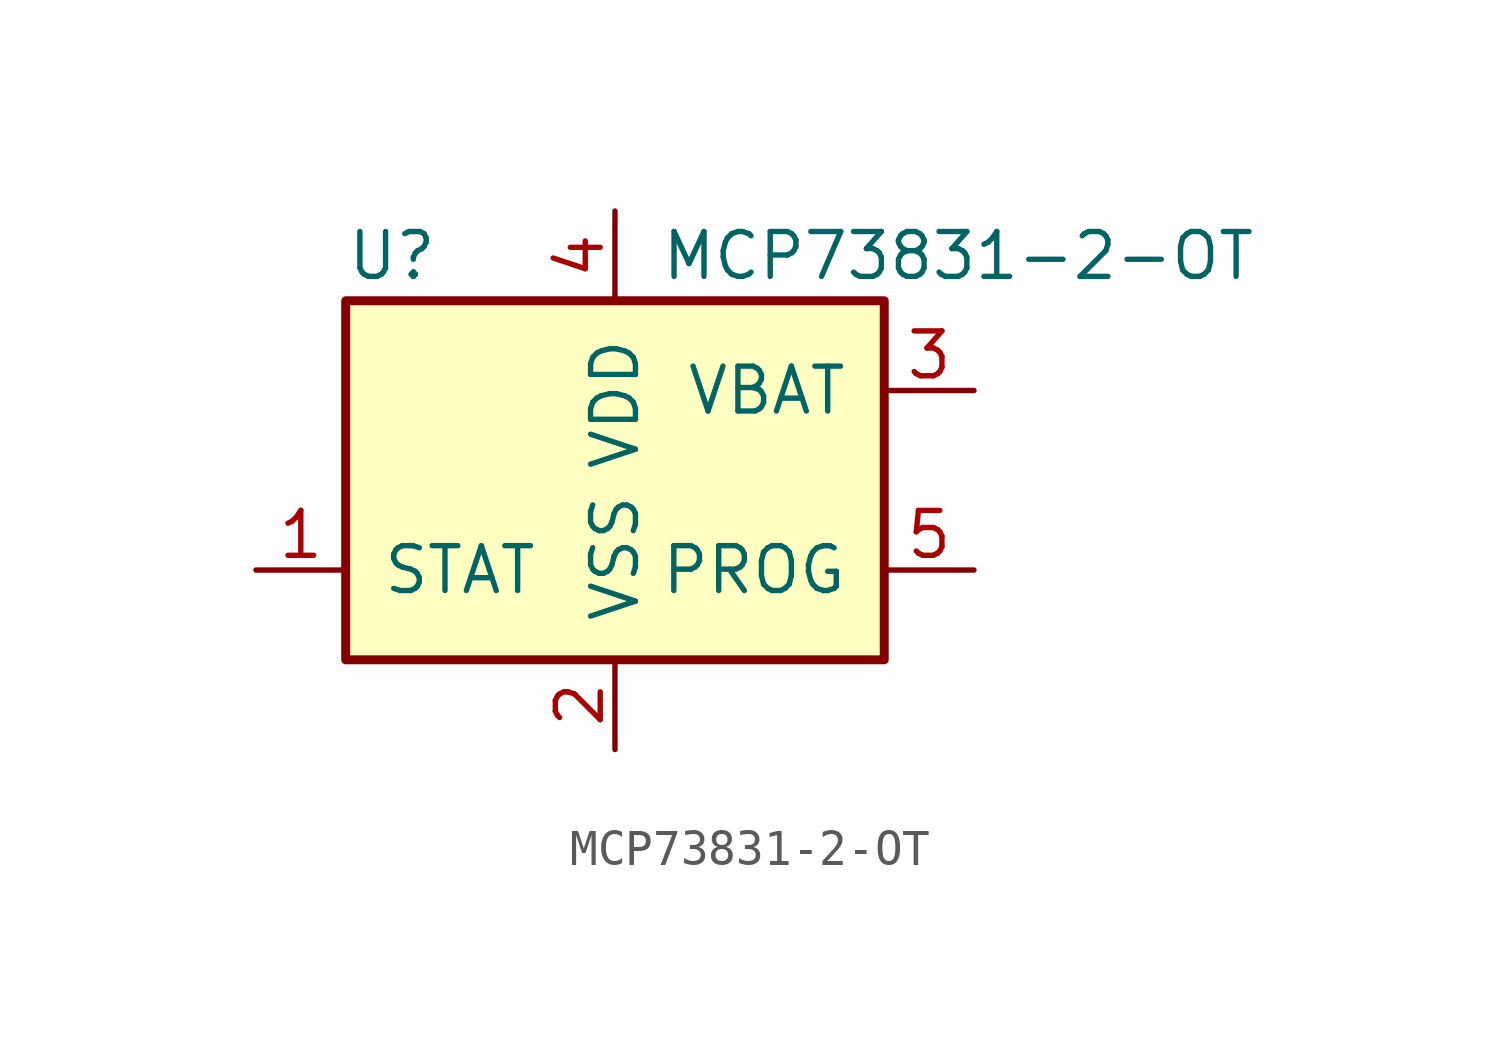
<source format=kicad_sym>
(kicad_symbol_lib
  (version 20211014)
  (generator kicad_symbol_editor)
  (symbol "MCP73831-2-OT"
    (pin_names
      (offset 1.016))
    (property "Reference" "U"
      (at -7.62 6.35 0)
      (effects (font (size 1.27 1.27)) (justify left)))
    (property "Value" "MCP73831-2-OT"
      (at 1.27 6.35 0)
      (effects (font (size 1.27 1.27)) (justify left)))
    (symbol "MCP73831-2-OT_0_1"
      (rectangle (start -7.62 5.08) (end 7.62 -5.08) (stroke (width 0.254) (type default) (color 0 0 0 0)) (fill (type background))))
    (symbol "MCP73831-2-OT_1_1"
      (pin output line (at -10.16 -2.54 0) (length 2.54) (name "STAT" (effects (font (size 1.27 1.27)))) (number "1" (effects (font (size 1.27 1.27)))))
      (pin power_in line (at 0 -7.62 90) (length 2.54) (name "VSS" (effects (font (size 1.27 1.27)))) (number "2" (effects (font (size 1.27 1.27)))))
      (pin power_out line (at 10.16 2.54 180) (length 2.54) (name "VBAT" (effects (font (size 1.27 1.27)))) (number "3" (effects (font (size 1.27 1.27)))))
      (pin power_in line (at 0 7.62 270) (length 2.54) (name "VDD" (effects (font (size 1.27 1.27)))) (number "4" (effects (font (size 1.27 1.27)))))
      (pin input line (at 10.16 -2.54 180) (length 2.54) (name "PROG" (effects (font (size 1.27 1.27)))) (number "5" (effects (font (size 1.27 1.27))))))))
</source>
